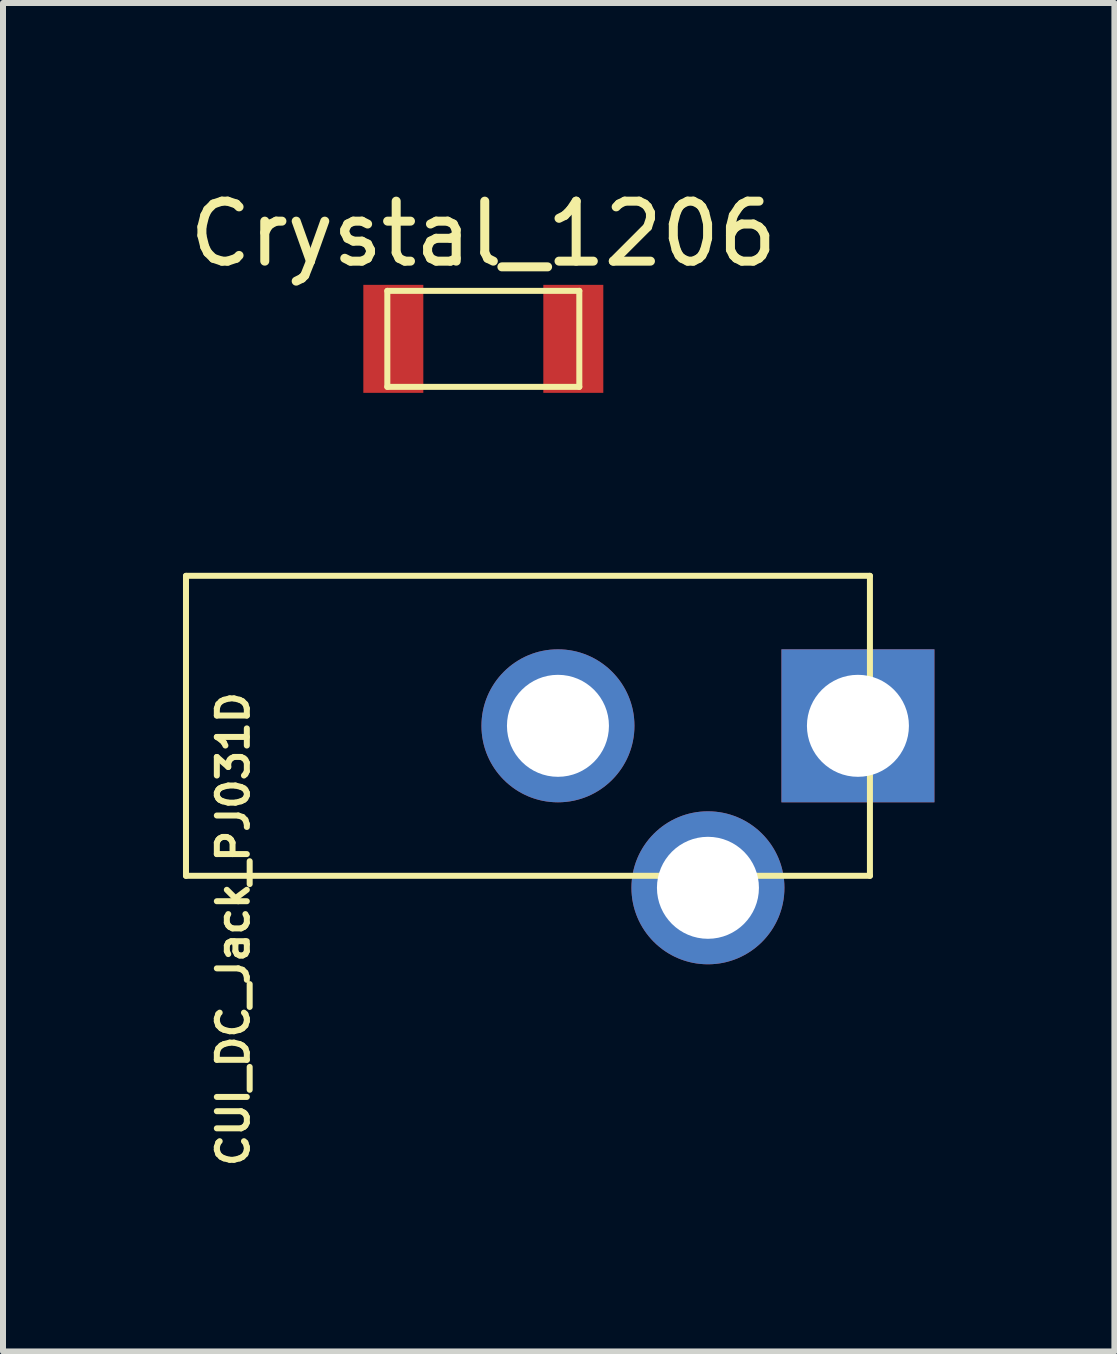
<source format=kicad_pcb>
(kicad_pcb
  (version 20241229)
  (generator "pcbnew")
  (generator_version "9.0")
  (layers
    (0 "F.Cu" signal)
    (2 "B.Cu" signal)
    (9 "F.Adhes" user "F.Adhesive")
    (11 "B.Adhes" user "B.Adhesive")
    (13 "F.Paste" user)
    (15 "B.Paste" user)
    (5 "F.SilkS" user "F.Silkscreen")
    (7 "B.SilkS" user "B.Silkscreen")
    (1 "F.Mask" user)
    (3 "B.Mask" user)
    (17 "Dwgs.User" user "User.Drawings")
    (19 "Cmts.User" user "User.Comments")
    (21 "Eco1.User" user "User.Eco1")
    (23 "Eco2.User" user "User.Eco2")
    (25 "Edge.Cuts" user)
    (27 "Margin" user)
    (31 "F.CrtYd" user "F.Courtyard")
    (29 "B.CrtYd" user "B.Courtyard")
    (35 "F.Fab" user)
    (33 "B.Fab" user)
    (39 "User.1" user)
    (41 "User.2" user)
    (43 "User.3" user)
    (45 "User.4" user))
  (footprint "Crystal_1206"
    (layer "F.Cu")
    (at 5.006 2.598)
    (property "Reference" "Crystal_1206" (at 0 -1.75 0) (layer "F.SilkS") (effects (font (size 1 1) (thickness 0.15))))
    (attr smd)
    (fp_line (start -1.6 -0.8) (end -1.6 0.8) (stroke (width 0.1) (type solid)) (layer "F.SilkS"))
    (fp_line (start -1.6 0.8) (end 1.6 0.8) (stroke (width 0.1) (type solid)) (layer "F.SilkS"))
    (fp_line (start 1.6 -0.8) (end -1.6 -0.8) (stroke (width 0.1) (type solid)) (layer "F.SilkS"))
    (fp_line (start 1.6 0.8) (end 1.6 -0.8) (stroke (width 0.1) (type solid)) (layer "F.SilkS"))
    (pad "1" smd rect (at -1.5 0) (size 1 1.8) (layers "F.Cu" "F.Mask" "F.Paste"))
    (pad "2" smd rect (at 1.5 0) (size 1 1.8) (layers "F.Cu" "F.Mask" "F.Paste")))
  (footprint "CUI_DC_Jack_PJ031D"
    (layer "F.Cu")
    (at 11.25 9.048)
    (property "Reference" "CUI_DC_Jack_PJ031D" (at -10.412 3.388 90) (unlocked yes) (layer "F.SilkS") (effects (font (size 0.5 0.5) (thickness 0.1))))
    (attr through_hole)
    (fp_line (start -11.2 -2.5) (end 0.2 -2.5) (stroke (width 0.1) (type solid)) (layer "F.SilkS"))
    (fp_line (start -11.2 2.5) (end -11.2 -2.5) (stroke (width 0.1) (type solid)) (layer "F.SilkS"))
    (fp_line (start 0.2 -2.5) (end 0.2 2.5) (stroke (width 0.1) (type solid)) (layer "F.SilkS"))
    (fp_line (start 0.2 2.5) (end -11.2 2.5) (stroke (width 0.1) (type solid)) (layer "F.SilkS"))
    (pad "1" thru_hole rect (at 0 0) (size 2.55 2.55) (drill 1.7) (layers "*.Cu" "*.Mask"))
    (pad "2" thru_hole circle (at -2.5 2.7) (size 2.55 2.55) (drill 1.7) (layers "*.Cu" "*.Mask"))
    (pad "3" thru_hole circle (at -5 0) (size 2.55 2.55) (drill 1.7) (layers "*.Cu" "*.Mask")))
  (gr_rect
    (start -3 -3)
    (end 15.525 19.476)
    (stroke (width 0.1) (type default))
    (fill no)
    (layer "Edge.Cuts")))
</source>
